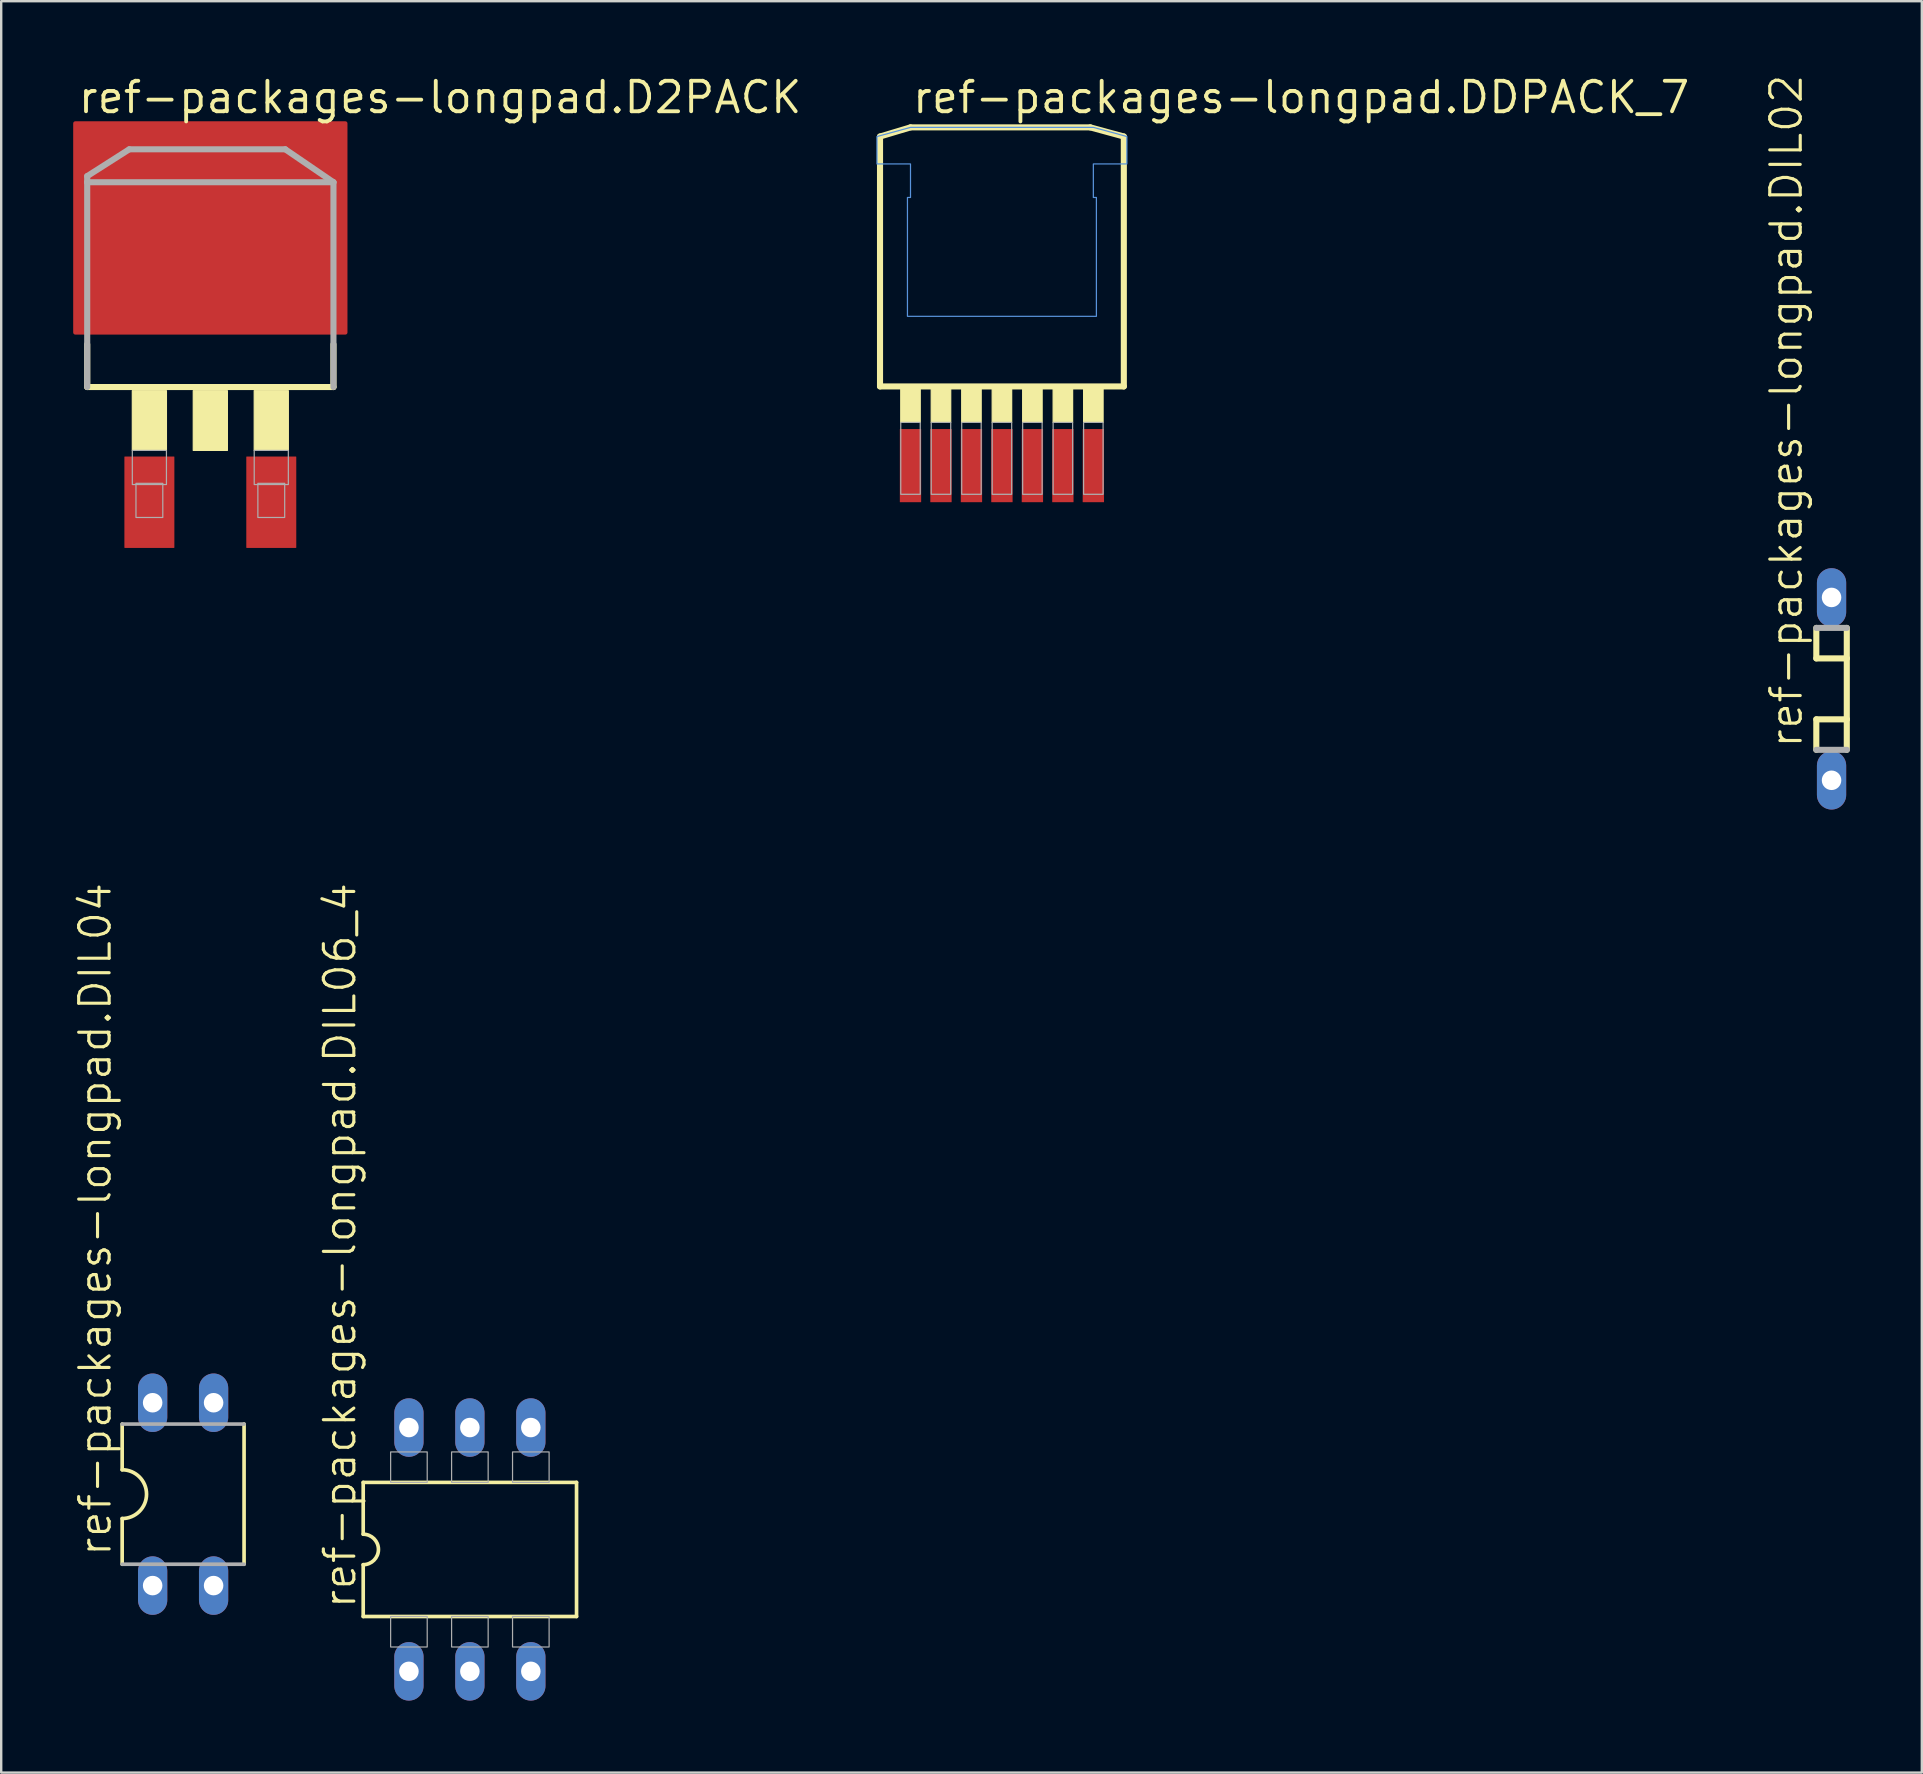
<source format=kicad_pcb>
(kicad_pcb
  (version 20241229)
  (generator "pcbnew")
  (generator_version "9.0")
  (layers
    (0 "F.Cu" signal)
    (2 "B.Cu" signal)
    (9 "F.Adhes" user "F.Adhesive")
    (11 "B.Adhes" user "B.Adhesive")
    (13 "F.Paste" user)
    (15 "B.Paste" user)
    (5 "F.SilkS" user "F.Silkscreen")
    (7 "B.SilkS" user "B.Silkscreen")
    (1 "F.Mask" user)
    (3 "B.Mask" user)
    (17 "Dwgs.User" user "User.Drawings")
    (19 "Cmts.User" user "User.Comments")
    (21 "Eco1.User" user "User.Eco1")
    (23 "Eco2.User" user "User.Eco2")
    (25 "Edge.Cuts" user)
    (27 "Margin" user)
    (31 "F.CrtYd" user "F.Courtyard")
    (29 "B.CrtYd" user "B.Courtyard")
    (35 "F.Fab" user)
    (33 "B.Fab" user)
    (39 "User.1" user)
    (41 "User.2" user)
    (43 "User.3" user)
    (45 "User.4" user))
  (footprint "ref-packages-longpad.DIL02"
    (layer "F.Cu")
    (at 73.276 25.657)
    (property "Reference" "ref-packages-longpad.DIL02" (at -1.143 2.54 90) (layer "F.SilkS") (effects (font (size 1.27 1.27) (thickness 0.13)) (justify left bottom)))
    (attr through_hole)
    (fp_line (start -0.635 -2.54) (end -0.635 -1.27) (stroke (width 0.254) (type default)) (layer "F.SilkS"))
    (fp_line (start -0.635 -1.27) (end 0.635 -1.27) (stroke (width 0.254) (type default)) (layer "F.SilkS"))
    (fp_line (start -0.635 1.27) (end -0.635 2.54) (stroke (width 0.254) (type default)) (layer "F.SilkS"))
    (fp_line (start 0.635 -1.27) (end 0.635 -2.54) (stroke (width 0.254) (type default)) (layer "F.SilkS"))
    (fp_line (start 0.635 1.27) (end -0.635 1.27) (stroke (width 0.254) (type default)) (layer "F.SilkS"))
    (fp_line (start 0.635 1.27) (end 0.635 -1.27) (stroke (width 0.254) (type default)) (layer "F.SilkS"))
    (fp_line (start 0.635 2.54) (end 0.635 1.27) (stroke (width 0.254) (type default)) (layer "F.SilkS"))
    (fp_line (start -0.635 2.54) (end 0.635 2.54) (stroke (width 0.254) (type default)) (layer "F.Fab"))
    (fp_line (start 0.635 -2.54) (end -0.635 -2.54) (stroke (width 0.254) (type default)) (layer "F.Fab"))
    (pad "1" thru_hole oval (at 0 3.81 90) (size 2.438 1.219) (drill 0.813) (layers "*.Cu" "*.Mask"))
    (pad "2" thru_hole oval (at 0 -3.81 90) (size 2.438 1.219) (drill 0.813) (layers "*.Cu" "*.Mask")))
  (footprint "ref-packages-longpad.DIL04"
    (layer "F.Cu")
    (at 4.581 59.216)
    (property "Reference" "ref-packages-longpad.DIL04" (at -2.921 2.667 90) (layer "F.SilkS") (effects (font (size 1.27 1.27) (thickness 0.13)) (justify left bottom)))
    (attr through_hole)
    (fp_line (start -2.54 -2.921) (end -2.54 -1.016) (stroke (width 0.152) (type default)) (layer "F.SilkS"))
    (fp_line (start -2.54 2.921) (end -2.54 1.016) (stroke (width 0.152) (type default)) (layer "F.SilkS"))
    (fp_line (start 2.54 -2.921) (end 2.54 2.921) (stroke (width 0.152) (type default)) (layer "F.SilkS"))
    (fp_arc (start -2.54 -1.016) (mid -1.524 0) (end -2.54 1.016) (stroke (width 0.1524) (type default)) (layer "F.SilkS"))
    (fp_line (start -2.54 2.921) (end 2.54 2.921) (stroke (width 0.152) (type default)) (layer "F.Fab"))
    (fp_line (start 2.54 -2.921) (end -2.54 -2.921) (stroke (width 0.152) (type default)) (layer "F.Fab"))
    (pad "1" thru_hole oval (at -1.27 3.81 90) (size 2.438 1.219) (drill 0.813) (layers "*.Cu" "*.Mask"))
    (pad "2" thru_hole oval (at 1.27 3.81 90) (size 2.438 1.219) (drill 0.813) (layers "*.Cu" "*.Mask"))
    (pad "3" thru_hole oval (at 1.27 -3.81 90) (size 2.438 1.219) (drill 0.813) (layers "*.Cu" "*.Mask"))
    (pad "4" thru_hole oval (at -1.27 -3.81 90) (size 2.438 1.219) (drill 0.813) (layers "*.Cu" "*.Mask")))
  (footprint "ref-packages-longpad.D2PACK"
    (layer "F.Cu")
    (at 5.715 8.989)
    (property "Reference" "ref-packages-longpad.D2PACK" (at -5.588 -7.239 0) (layer "F.SilkS") (effects (font (size 1.27 1.27) (thickness 0.16)) (justify left bottom)))
    (attr smd)
    (fp_line (start -5.131 4.089) (end -5.131 2.311) (stroke (width 0.254) (type default)) (layer "F.SilkS"))
    (fp_line (start -5.131 4.089) (end 5.131 4.089) (stroke (width 0.254) (type default)) (layer "F.SilkS"))
    (fp_line (start 5.131 4.089) (end 5.131 2.311) (stroke (width 0.254) (type default)) (layer "F.SilkS"))
    (fp_rect (start -3.251 6.731) (end -1.829 4.242) (stroke (width 0.05) (type default)) (fill yes) (layer "F.SilkS"))
    (fp_rect (start -0.711 6.731) (end 0.711 4.242) (stroke (width 0.05) (type default)) (fill yes) (layer "F.SilkS"))
    (fp_rect (start 1.829 6.731) (end 3.251 4.242) (stroke (width 0.05) (type default)) (fill yes) (layer "F.SilkS"))
    (fp_line (start -5.131 -4.699) (end -5.131 -4.445) (stroke (width 0.254) (type default)) (layer "F.Fab"))
    (fp_line (start -5.131 -4.445) (end -5.131 4.089) (stroke (width 0.254) (type default)) (layer "F.Fab"))
    (fp_line (start -5.131 -4.445) (end 5.131 -4.445) (stroke (width 0.254) (type default)) (layer "F.Fab"))
    (fp_line (start -3.378 -5.817) (end -5.131 -4.699) (stroke (width 0.254) (type default)) (layer "F.Fab"))
    (fp_line (start 3.124 -5.817) (end -3.378 -5.817) (stroke (width 0.254) (type default)) (layer "F.Fab"))
    (fp_line (start 5.131 -4.445) (end 3.124 -5.817) (stroke (width 0.254) (type default)) (layer "F.Fab"))
    (fp_line (start 5.131 4.089) (end 5.131 -4.445) (stroke (width 0.254) (type default)) (layer "F.Fab"))
    (fp_rect (start -3.251 8.153) (end -1.829 6.731) (stroke (width 0.05) (type default)) (fill no) (layer "F.Fab"))
    (fp_rect (start -3.099 9.525) (end -1.981 8.103) (stroke (width 0.05) (type default)) (fill no) (layer "F.Fab"))
    (fp_rect (start 1.829 8.153) (end 3.251 6.731) (stroke (width 0.05) (type default)) (fill no) (layer "F.Fab"))
    (fp_rect (start 1.981 9.525) (end 3.099 8.103) (stroke (width 0.05) (type default)) (fill no) (layer "F.Fab"))
    (pad "1" smd roundrect (at -2.54 8.89) (size 2.083 3.81) (layers "F.Cu" "F.Mask" "F.Paste") (roundrect_rratio 0.01))
    (pad "2" smd roundrect (at 0 -2.54) (size 11.43 8.89) (layers "F.Cu" "F.Mask" "F.Paste") (roundrect_rratio 0.01))
    (pad "3" smd roundrect (at 2.54 8.89) (size 2.083 3.81) (layers "F.Cu" "F.Mask" "F.Paste") (roundrect_rratio 0.01)))
  (footprint "ref-packages-longpad.DIL06_4"
    (layer "F.Cu")
    (at 16.531 61.52)
    (property "Reference" "ref-packages-longpad.DIL06_4" (at -4.674 2.54 90) (layer "F.SilkS") (effects (font (size 1.27 1.27) (thickness 0.13)) (justify left bottom)))
    (attr through_hole)
    (fp_line (start -4.445 -0.635) (end -4.445 -2.794) (stroke (width 0.152) (type default)) (layer "F.SilkS"))
    (fp_line (start -4.445 2.794) (end -4.445 0.635) (stroke (width 0.152) (type default)) (layer "F.SilkS"))
    (fp_line (start -4.445 2.794) (end 4.445 2.794) (stroke (width 0.152) (type default)) (layer "F.SilkS"))
    (fp_line (start 4.445 -2.794) (end -4.445 -2.794) (stroke (width 0.152) (type default)) (layer "F.SilkS"))
    (fp_line (start 4.445 -2.794) (end 4.445 2.794) (stroke (width 0.152) (type default)) (layer "F.SilkS"))
    (fp_arc (start -4.445 -0.635) (mid -3.81 0) (end -4.445 0.635) (stroke (width 0.1524) (type default)) (layer "F.SilkS"))
    (fp_rect (start -3.302 -2.794) (end -1.778 -4.064) (stroke (width 0.05) (type default)) (fill no) (layer "F.Fab"))
    (fp_rect (start -3.302 4.064) (end -1.778 2.794) (stroke (width 0.05) (type default)) (fill no) (layer "F.Fab"))
    (fp_rect (start -0.762 -2.794) (end 0.762 -4.064) (stroke (width 0.05) (type default)) (fill no) (layer "F.Fab"))
    (fp_rect (start -0.762 4.064) (end 0.762 2.794) (stroke (width 0.05) (type default)) (fill no) (layer "F.Fab"))
    (fp_rect (start 1.778 -2.794) (end 3.302 -4.064) (stroke (width 0.05) (type default)) (fill no) (layer "F.Fab"))
    (fp_rect (start 1.778 4.064) (end 3.302 2.794) (stroke (width 0.05) (type default)) (fill no) (layer "F.Fab"))
    (pad "1" thru_hole oval (at -2.54 5.08 90) (size 2.438 1.219) (drill 0.813) (layers "*.Cu" "*.Mask"))
    (pad "2" thru_hole oval (at 0 5.08 90) (size 2.438 1.219) (drill 0.813) (layers "*.Cu" "*.Mask"))
    (pad "3" thru_hole oval (at 2.54 5.08 90) (size 2.438 1.219) (drill 0.813) (layers "*.Cu" "*.Mask"))
    (pad "4" thru_hole oval (at 2.54 -5.08 90) (size 2.438 1.219) (drill 0.813) (layers "*.Cu" "*.Mask"))
    (pad "5" thru_hole oval (at 0 -5.08 90) (size 2.438 1.219) (drill 0.813) (layers "*.Cu" "*.Mask"))
    (pad "6" thru_hole oval (at -2.54 -5.08 90) (size 2.438 1.219) (drill 0.813) (layers "*.Cu" "*.Mask")))
  (footprint "ref-packages-longpad.DDPACK_7"
    (layer "F.Cu")
    (at 38.703 8.1)
    (property "Reference" "ref-packages-longpad.DDPACK_7" (at -3.81 -6.35 0) (layer "F.SilkS") (effects (font (size 1.27 1.27) (thickness 0.16)) (justify left bottom)))
    (attr smd)
    (fp_line (start -5.08 -5.461) (end -5.08 4.953) (stroke (width 0.254) (type default)) (layer "F.SilkS"))
    (fp_line (start -5.08 4.953) (end 5.08 4.953) (stroke (width 0.254) (type default)) (layer "F.SilkS"))
    (fp_line (start -3.81 -5.842) (end -5.08 -5.461) (stroke (width 0.254) (type default)) (layer "F.SilkS"))
    (fp_line (start 3.683 -5.842) (end -3.81 -5.842) (stroke (width 0.254) (type default)) (layer "F.SilkS"))
    (fp_line (start 5.08 -5.461) (end 3.683 -5.842) (stroke (width 0.254) (type default)) (layer "F.SilkS"))
    (fp_line (start 5.08 4.953) (end 5.08 -5.461) (stroke (width 0.254) (type default)) (layer "F.SilkS"))
    (fp_rect (start -4.216 6.452) (end -3.404 5.029) (stroke (width 0.05) (type default)) (fill yes) (layer "F.SilkS"))
    (fp_rect (start -2.946 6.452) (end -2.134 5.029) (stroke (width 0.05) (type default)) (fill yes) (layer "F.SilkS"))
    (fp_rect (start -1.676 6.452) (end -0.864 5.029) (stroke (width 0.05) (type default)) (fill yes) (layer "F.SilkS"))
    (fp_rect (start -0.406 6.452) (end 0.406 5.029) (stroke (width 0.05) (type default)) (fill yes) (layer "F.SilkS"))
    (fp_rect (start 0.864 6.452) (end 1.676 5.029) (stroke (width 0.05) (type default)) (fill yes) (layer "F.SilkS"))
    (fp_rect (start 2.134 6.452) (end 2.946 5.029) (stroke (width 0.05) (type default)) (fill yes) (layer "F.SilkS"))
    (fp_rect (start 3.404 6.452) (end 4.216 5.029) (stroke (width 0.05) (type default)) (fill yes) (layer "F.SilkS"))
    (fp_poly (pts (xy -5.207 -4.318) (xy -3.81 -4.318) (xy -3.81 -2.921) (xy -3.937 -2.921) (xy -3.937 2.032) (xy 3.937 2.032) (xy 3.937 -2.921) (xy 3.81 -2.921) (xy 3.81 -4.318) (xy 5.207 -4.318) (xy 5.207 -5.461) (xy 3.81 -5.842) (xy -3.81 -5.842) (xy -5.207 -5.461)) (stroke (width 0.051) (type default)) (fill no) (layer "Cmts.User"))
    (fp_rect (start -4.216 9.449) (end -3.404 6.452) (stroke (width 0.05) (type default)) (fill no) (layer "F.Fab"))
    (fp_rect (start -2.946 9.449) (end -2.134 6.452) (stroke (width 0.05) (type default)) (fill no) (layer "F.Fab"))
    (fp_rect (start -1.676 9.449) (end -0.864 6.452) (stroke (width 0.05) (type default)) (fill no) (layer "F.Fab"))
    (fp_rect (start -0.406 9.449) (end 0.406 6.452) (stroke (width 0.05) (type default)) (fill no) (layer "F.Fab"))
    (fp_rect (start 0.864 9.449) (end 1.676 6.452) (stroke (width 0.05) (type default)) (fill no) (layer "F.Fab"))
    (fp_rect (start 2.134 9.449) (end 2.946 6.452) (stroke (width 0.05) (type default)) (fill no) (layer "F.Fab"))
    (fp_rect (start 3.404 9.449) (end 4.216 6.452) (stroke (width 0.05) (type default)) (fill no) (layer "F.Fab"))
    (pad "1" smd roundrect (at -3.81 8.255) (size 0.889 3.048) (layers "F.Cu" "F.Mask" "F.Paste") (roundrect_rratio 0.01))
    (pad "2" smd roundrect (at -2.54 8.255) (size 0.889 3.048) (layers "F.Cu" "F.Mask" "F.Paste") (roundrect_rratio 0.01))
    (pad "3" smd roundrect (at -1.27 8.255) (size 0.889 3.048) (layers "F.Cu" "F.Mask" "F.Paste") (roundrect_rratio 0.01))
    (pad "4" smd roundrect (at 0 8.255) (size 0.889 3.048) (layers "F.Cu" "F.Mask" "F.Paste") (roundrect_rratio 0.01))
    (pad "5" smd roundrect (at 1.27 8.255) (size 0.889 3.048) (layers "F.Cu" "F.Mask" "F.Paste") (roundrect_rratio 0.01))
    (pad "6" smd roundrect (at 2.54 8.255) (size 0.889 3.048) (layers "F.Cu" "F.Mask" "F.Paste") (roundrect_rratio 0.01))
    (pad "7" smd roundrect (at 3.81 8.255) (size 0.889 3.048) (layers "F.Cu" "F.Mask" "F.Paste") (roundrect_rratio 0.01)))
  (gr_rect
    (start -3 -3)
    (end 77.038 70.819)
    (stroke (width 0.1) (type default))
    (fill no)
    (layer "Edge.Cuts")))
</source>
